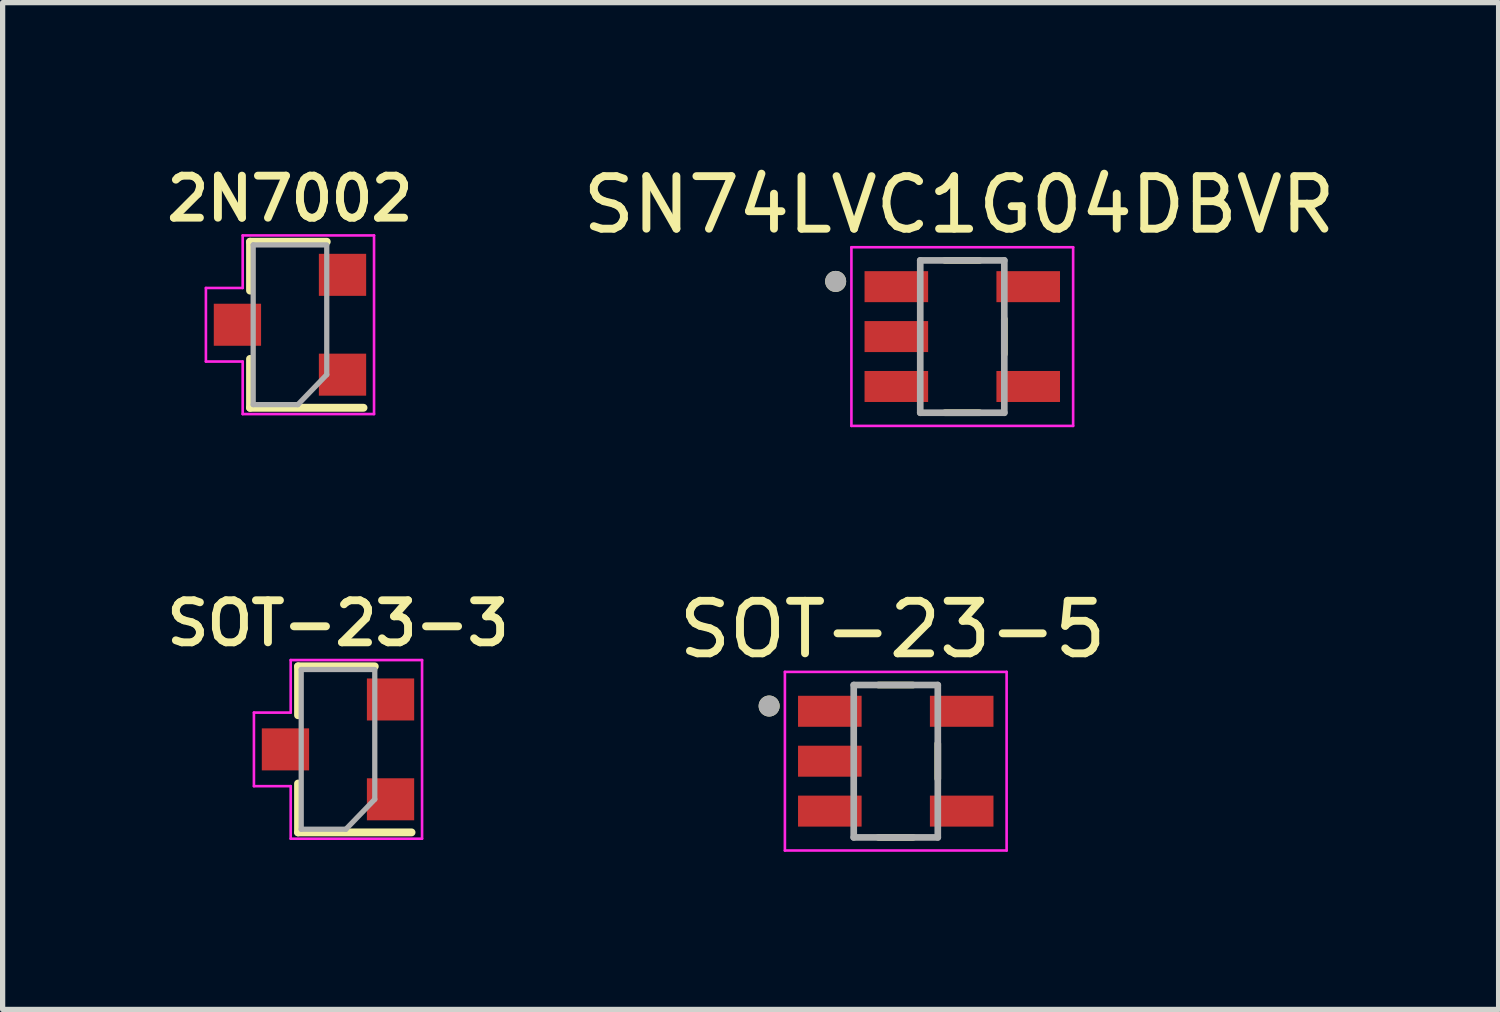
<source format=kicad_pcb>
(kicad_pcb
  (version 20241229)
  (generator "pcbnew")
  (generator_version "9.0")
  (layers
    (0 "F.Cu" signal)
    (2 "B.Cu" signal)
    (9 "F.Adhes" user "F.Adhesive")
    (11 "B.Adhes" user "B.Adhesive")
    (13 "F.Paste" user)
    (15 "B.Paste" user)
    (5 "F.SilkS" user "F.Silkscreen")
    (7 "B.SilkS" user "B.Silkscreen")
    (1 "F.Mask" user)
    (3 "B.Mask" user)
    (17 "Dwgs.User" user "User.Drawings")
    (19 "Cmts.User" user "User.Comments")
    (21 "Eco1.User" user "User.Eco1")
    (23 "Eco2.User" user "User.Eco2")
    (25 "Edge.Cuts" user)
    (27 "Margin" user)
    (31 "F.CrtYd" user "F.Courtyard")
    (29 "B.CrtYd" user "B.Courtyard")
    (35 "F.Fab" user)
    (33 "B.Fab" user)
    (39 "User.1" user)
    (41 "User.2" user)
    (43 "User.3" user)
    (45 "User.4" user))
  (footprint "SOT-23-3"
    (layer "F.Cu")
    (at 3.383 11.213)
    (property "Reference" "SOT-23-3" (at 0 -2.4 0) (layer "F.SilkS") (effects (font (size 0.8 0.8) (thickness 0.15))))
    (attr smd)
    (fp_line (start -0.76 -1.58) (end -0.76 -0.65) (stroke (width 0.15) (type solid)) (layer "F.SilkS"))
    (fp_line (start -0.76 -1.58) (end 0.7 -1.58) (stroke (width 0.15) (type solid)) (layer "F.SilkS"))
    (fp_line (start -0.76 1.58) (end -0.76 0.65) (stroke (width 0.15) (type solid)) (layer "F.SilkS"))
    (fp_line (start -0.76 1.58) (end 1.4 1.58) (stroke (width 0.15) (type solid)) (layer "F.SilkS"))
    (fp_line (start -1.6 -0.7) (end -0.9 -0.7) (stroke (width 0.05) (type solid)) (layer "F.CrtYd"))
    (fp_line (start -1.6 0.7) (end -1.6 -0.7) (stroke (width 0.05) (type solid)) (layer "F.CrtYd"))
    (fp_line (start -1.6 0.7) (end -0.9 0.7) (stroke (width 0.05) (type solid)) (layer "F.CrtYd"))
    (fp_line (start -0.9 -1.7) (end 1.6 -1.7) (stroke (width 0.05) (type solid)) (layer "F.CrtYd"))
    (fp_line (start -0.9 -0.7) (end -0.9 -1.7) (stroke (width 0.05) (type solid)) (layer "F.CrtYd"))
    (fp_line (start -0.9 1.7) (end -0.9 0.7) (stroke (width 0.05) (type solid)) (layer "F.CrtYd"))
    (fp_line (start 1.6 -1.7) (end 1.6 1.7) (stroke (width 0.05) (type solid)) (layer "F.CrtYd"))
    (fp_line (start 1.6 1.7) (end -0.9 1.7) (stroke (width 0.05) (type solid)) (layer "F.CrtYd"))
    (fp_line (start -0.7 1.52) (end -0.7 -1.52) (stroke (width 0.1) (type solid)) (layer "F.Fab"))
    (fp_line (start 0.15 1.52) (end -0.7 1.52) (stroke (width 0.1) (type solid)) (layer "F.Fab"))
    (fp_line (start 0.7 -1.52) (end -0.7 -1.52) (stroke (width 0.1) (type solid)) (layer "F.Fab"))
    (fp_line (start 0.7 0.95) (end 0.15 1.52) (stroke (width 0.1) (type solid)) (layer "F.Fab"))
    (fp_line (start 0.7 0.95) (end 0.7 -1.5) (stroke (width 0.1) (type solid)) (layer "F.Fab"))
    (pad "1" smd rect (at 1 0.95 180) (size 0.9 0.8) (layers "F.Cu" "F.Mask" "F.Paste"))
    (pad "2" smd rect (at 1 -0.95 180) (size 0.9 0.8) (layers "F.Cu" "F.Mask" "F.Paste"))
    (pad "3" smd rect (at -1 0 180) (size 0.9 0.8) (layers "F.Cu" "F.Mask" "F.Paste")))
  (footprint "SOT-23-5"
    (layer "F.Cu")
    (at 13.999 11.438)
    (property "Reference" "SOT-23-5" (at -0.06 -2.508 0) (layer "F.SilkS") (effects (font (size 1 1) (thickness 0.15))))
    (attr through_hole)
    (fp_line (start -0.33 -1.45) (end 0.33 -1.45) (stroke (width 0.127) (type solid)) (layer "F.SilkS"))
    (fp_line (start 0.33 1.45) (end -0.33 1.45) (stroke (width 0.127) (type solid)) (layer "F.SilkS"))
    (fp_line (start 0.8 -0.335) (end 0.8 0.335) (stroke (width 0.127) (type solid)) (layer "F.SilkS"))
    (fp_circle (center -2.41 -1.05) (end -2.31 -1.05) (stroke (width 0.2) (type solid)) (fill no) (layer "F.SilkS"))
    (fp_line (start -2.11 -1.7) (end 2.11 -1.7) (stroke (width 0.05) (type solid)) (layer "F.CrtYd"))
    (fp_line (start -2.11 1.7) (end -2.11 -1.7) (stroke (width 0.05) (type solid)) (layer "F.CrtYd"))
    (fp_line (start 2.11 -1.7) (end 2.11 1.7) (stroke (width 0.05) (type solid)) (layer "F.CrtYd"))
    (fp_line (start 2.11 1.7) (end -2.11 1.7) (stroke (width 0.05) (type solid)) (layer "F.CrtYd"))
    (fp_line (start -0.8 -1.45) (end 0.8 -1.45) (stroke (width 0.127) (type solid)) (layer "F.Fab"))
    (fp_line (start -0.8 1.45) (end -0.8 -1.45) (stroke (width 0.127) (type solid)) (layer "F.Fab"))
    (fp_line (start 0.8 -1.45) (end 0.8 1.45) (stroke (width 0.127) (type solid)) (layer "F.Fab"))
    (fp_line (start 0.8 1.45) (end -0.8 1.45) (stroke (width 0.127) (type solid)) (layer "F.Fab"))
    (fp_circle (center -2.41 -1.05) (end -2.31 -1.05) (stroke (width 0.2) (type solid)) (fill no) (layer "F.Fab"))
    (pad "1" smd rect (at -1.255 -0.95) (size 1.21 0.59) (layers "F.Cu" "F.Mask" "F.Paste"))
    (pad "2" smd rect (at -1.255 0) (size 1.21 0.59) (layers "F.Cu" "F.Mask" "F.Paste"))
    (pad "3" smd rect (at -1.255 0.95) (size 1.21 0.59) (layers "F.Cu" "F.Mask" "F.Paste"))
    (pad "4" smd rect (at 1.255 0.95) (size 1.21 0.59) (layers "F.Cu" "F.Mask" "F.Paste"))
    (pad "5" smd rect (at 1.255 -0.95) (size 1.21 0.59) (layers "F.Cu" "F.Mask" "F.Paste")))
  (footprint "2N7002"
    (layer "F.Cu")
    (at 2.469 3.131)
    (property "Reference" "2N7002" (at 0 -2.4 0) (layer "F.SilkS") (effects (font (size 0.8 0.8) (thickness 0.15))))
    (attr smd)
    (fp_line (start -0.76 -1.58) (end -0.76 -0.65) (stroke (width 0.15) (type solid)) (layer "F.SilkS"))
    (fp_line (start -0.76 -1.58) (end 0.7 -1.58) (stroke (width 0.15) (type solid)) (layer "F.SilkS"))
    (fp_line (start -0.76 1.58) (end -0.76 0.65) (stroke (width 0.15) (type solid)) (layer "F.SilkS"))
    (fp_line (start -0.76 1.58) (end 1.4 1.58) (stroke (width 0.15) (type solid)) (layer "F.SilkS"))
    (fp_line (start -1.6 -0.7) (end -0.9 -0.7) (stroke (width 0.05) (type solid)) (layer "F.CrtYd"))
    (fp_line (start -1.6 0.7) (end -1.6 -0.7) (stroke (width 0.05) (type solid)) (layer "F.CrtYd"))
    (fp_line (start -1.6 0.7) (end -0.9 0.7) (stroke (width 0.05) (type solid)) (layer "F.CrtYd"))
    (fp_line (start -0.9 -1.7) (end 1.6 -1.7) (stroke (width 0.05) (type solid)) (layer "F.CrtYd"))
    (fp_line (start -0.9 -0.7) (end -0.9 -1.7) (stroke (width 0.05) (type solid)) (layer "F.CrtYd"))
    (fp_line (start -0.9 1.7) (end -0.9 0.7) (stroke (width 0.05) (type solid)) (layer "F.CrtYd"))
    (fp_line (start 1.6 -1.7) (end 1.6 1.7) (stroke (width 0.05) (type solid)) (layer "F.CrtYd"))
    (fp_line (start 1.6 1.7) (end -0.9 1.7) (stroke (width 0.05) (type solid)) (layer "F.CrtYd"))
    (fp_line (start -0.7 1.52) (end -0.7 -1.52) (stroke (width 0.1) (type solid)) (layer "F.Fab"))
    (fp_line (start 0.15 1.52) (end -0.7 1.52) (stroke (width 0.1) (type solid)) (layer "F.Fab"))
    (fp_line (start 0.7 -1.52) (end -0.7 -1.52) (stroke (width 0.1) (type solid)) (layer "F.Fab"))
    (fp_line (start 0.7 0.95) (end 0.15 1.52) (stroke (width 0.1) (type solid)) (layer "F.Fab"))
    (fp_line (start 0.7 0.95) (end 0.7 -1.5) (stroke (width 0.1) (type solid)) (layer "F.Fab"))
    (pad "1" smd rect (at 1 0.95 180) (size 0.9 0.8) (layers "F.Cu" "F.Mask" "F.Paste"))
    (pad "2" smd rect (at 1 -0.95 180) (size 0.9 0.8) (layers "F.Cu" "F.Mask" "F.Paste"))
    (pad "3" smd rect (at -1 0 180) (size 0.9 0.8) (layers "F.Cu" "F.Mask" "F.Paste")))
  (footprint "SN74LVC1G04DBVR"
    (layer "F.Cu")
    (at 15.265 3.356)
    (property "Reference" "SN74LVC1G04DBVR" (at -0.06 -2.508 0) (layer "F.SilkS") (effects (font (size 1 1) (thickness 0.15))))
    (attr through_hole)
    (fp_line (start -0.33 -1.45) (end 0.33 -1.45) (stroke (width 0.127) (type solid)) (layer "F.SilkS"))
    (fp_line (start 0.33 1.45) (end -0.33 1.45) (stroke (width 0.127) (type solid)) (layer "F.SilkS"))
    (fp_line (start 0.8 -0.335) (end 0.8 0.335) (stroke (width 0.127) (type solid)) (layer "F.SilkS"))
    (fp_circle (center -2.41 -1.05) (end -2.31 -1.05) (stroke (width 0.2) (type solid)) (fill no) (layer "F.SilkS"))
    (fp_line (start -2.11 -1.7) (end 2.11 -1.7) (stroke (width 0.05) (type solid)) (layer "F.CrtYd"))
    (fp_line (start -2.11 1.7) (end -2.11 -1.7) (stroke (width 0.05) (type solid)) (layer "F.CrtYd"))
    (fp_line (start 2.11 -1.7) (end 2.11 1.7) (stroke (width 0.05) (type solid)) (layer "F.CrtYd"))
    (fp_line (start 2.11 1.7) (end -2.11 1.7) (stroke (width 0.05) (type solid)) (layer "F.CrtYd"))
    (fp_line (start -0.8 -1.45) (end 0.8 -1.45) (stroke (width 0.127) (type solid)) (layer "F.Fab"))
    (fp_line (start -0.8 1.45) (end -0.8 -1.45) (stroke (width 0.127) (type solid)) (layer "F.Fab"))
    (fp_line (start 0.8 -1.45) (end 0.8 1.45) (stroke (width 0.127) (type solid)) (layer "F.Fab"))
    (fp_line (start 0.8 1.45) (end -0.8 1.45) (stroke (width 0.127) (type solid)) (layer "F.Fab"))
    (fp_circle (center -2.41 -1.05) (end -2.31 -1.05) (stroke (width 0.2) (type solid)) (fill no) (layer "F.Fab"))
    (pad "1" smd rect (at -1.255 -0.95) (size 1.21 0.59) (layers "F.Cu" "F.Mask" "F.Paste"))
    (pad "2" smd rect (at -1.255 0) (size 1.21 0.59) (layers "F.Cu" "F.Mask" "F.Paste"))
    (pad "3" smd rect (at -1.255 0.95) (size 1.21 0.59) (layers "F.Cu" "F.Mask" "F.Paste"))
    (pad "4" smd rect (at 1.255 0.95) (size 1.21 0.59) (layers "F.Cu" "F.Mask" "F.Paste"))
    (pad "5" smd rect (at 1.255 -0.95) (size 1.21 0.59) (layers "F.Cu" "F.Mask" "F.Paste")))
  (gr_rect
    (start -3 -3)
    (end 25.473 16.163)
    (stroke (width 0.1) (type default))
    (fill no)
    (layer "Edge.Cuts")))
</source>
